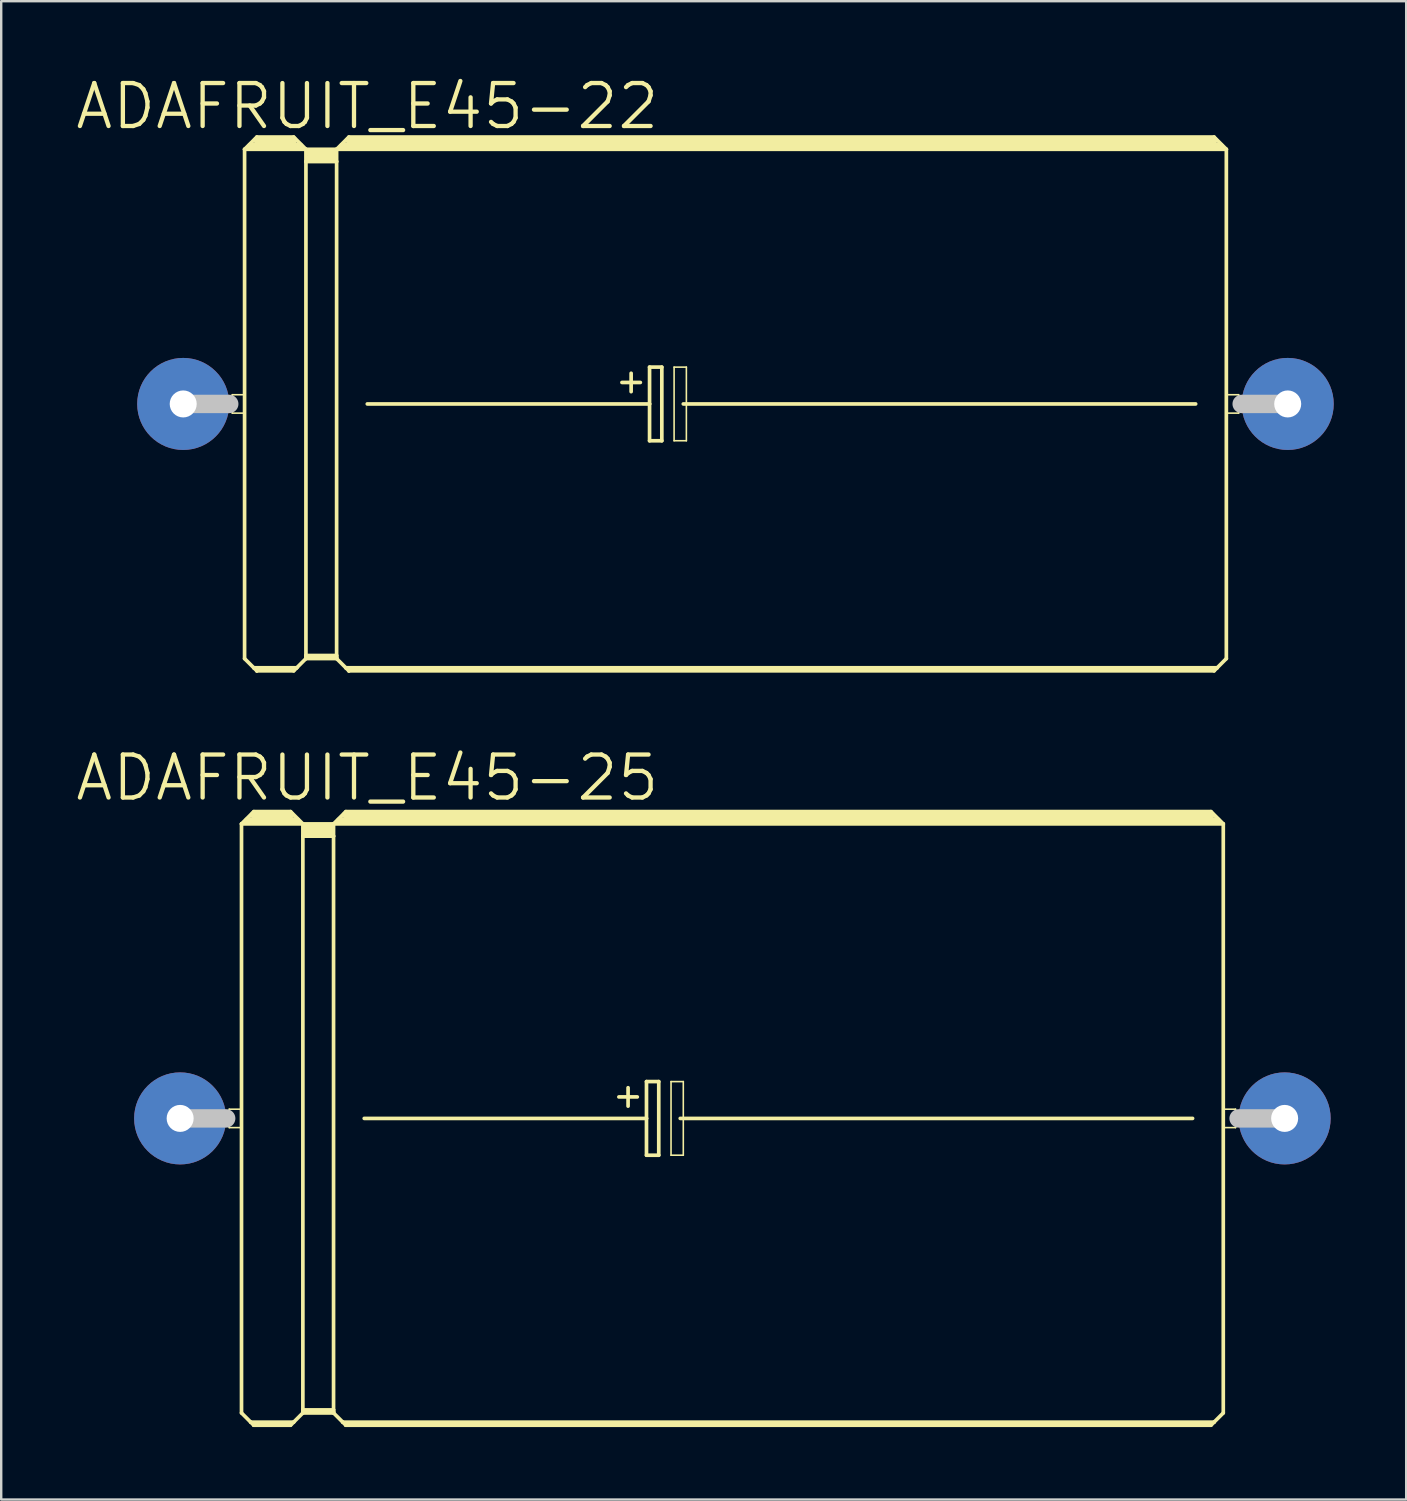
<source format=kicad_pcb>
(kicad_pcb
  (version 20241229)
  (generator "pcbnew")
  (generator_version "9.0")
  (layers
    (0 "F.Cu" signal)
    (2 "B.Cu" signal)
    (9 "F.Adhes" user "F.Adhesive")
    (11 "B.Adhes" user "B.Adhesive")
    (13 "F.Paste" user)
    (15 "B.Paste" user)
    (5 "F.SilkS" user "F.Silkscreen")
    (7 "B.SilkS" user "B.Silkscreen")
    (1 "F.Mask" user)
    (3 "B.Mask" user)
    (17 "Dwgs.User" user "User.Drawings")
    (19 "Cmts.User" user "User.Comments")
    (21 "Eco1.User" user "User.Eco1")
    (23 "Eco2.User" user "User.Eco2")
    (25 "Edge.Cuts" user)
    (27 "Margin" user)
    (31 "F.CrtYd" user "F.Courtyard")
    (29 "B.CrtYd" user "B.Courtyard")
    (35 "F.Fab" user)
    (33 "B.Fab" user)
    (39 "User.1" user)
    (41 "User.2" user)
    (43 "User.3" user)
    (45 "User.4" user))
  (footprint "ADAFRUIT_E45-22"
    (layer "F.Cu")
    (at 27.394 13.671)
    (property "Reference" "ADAFRUIT_E45-22" (at -15.24 -12.319 0) (layer "F.SilkS") (effects (font (size 1.778 1.778) (thickness 0.178))))
    (attr exclude_from_pos_files exclude_from_bom)
    (fp_line (start -20.828 -0.381) (end -20.32 -0.381) (stroke (width 0.066) (type solid)) (layer "F.SilkS"))
    (fp_line (start -20.828 0.381) (end -20.828 -0.381) (stroke (width 0.066) (type solid)) (layer "F.SilkS"))
    (fp_line (start -20.828 0.381) (end -20.32 0.381) (stroke (width 0.066) (type solid)) (layer "F.SilkS"))
    (fp_line (start -20.32 -10.541) (end -20.32 10.541) (stroke (width 0.152) (type solid)) (layer "F.SilkS"))
    (fp_line (start -20.32 -10.541) (end -19.812 -11.049) (stroke (width 0.152) (type solid)) (layer "F.SilkS"))
    (fp_line (start -20.32 -10.541) (end -17.78 -10.541) (stroke (width 0.152) (type solid)) (layer "F.SilkS"))
    (fp_line (start -20.32 0.381) (end -20.32 -0.381) (stroke (width 0.066) (type solid)) (layer "F.SilkS"))
    (fp_line (start -20.32 10.541) (end -19.939 10.922) (stroke (width 0.152) (type solid)) (layer "F.SilkS"))
    (fp_line (start -20.066 -10.668) (end -18.034 -10.668) (stroke (width 0.305) (type solid)) (layer "F.SilkS"))
    (fp_line (start -19.939 10.922) (end -19.812 11.049) (stroke (width 0.152) (type solid)) (layer "F.SilkS"))
    (fp_line (start -19.939 10.922) (end -18.161 10.922) (stroke (width 0.152) (type solid)) (layer "F.SilkS"))
    (fp_line (start -19.812 -11.049) (end -18.288 -11.049) (stroke (width 0.152) (type solid)) (layer "F.SilkS"))
    (fp_line (start -19.812 -10.922) (end -18.288 -10.922) (stroke (width 0.305) (type solid)) (layer "F.SilkS"))
    (fp_line (start -19.812 10.998) (end -18.288 10.998) (stroke (width 0.152) (type solid)) (layer "F.SilkS"))
    (fp_line (start -19.812 11.049) (end -19.812 10.998) (stroke (width 0.152) (type solid)) (layer "F.SilkS"))
    (fp_line (start -19.812 11.049) (end -18.288 11.049) (stroke (width 0.152) (type solid)) (layer "F.SilkS"))
    (fp_line (start -18.288 -11.049) (end -17.78 -10.541) (stroke (width 0.152) (type solid)) (layer "F.SilkS"))
    (fp_line (start -18.288 11.049) (end -18.161 10.922) (stroke (width 0.152) (type solid)) (layer "F.SilkS"))
    (fp_line (start -18.161 10.922) (end -17.78 10.541) (stroke (width 0.152) (type solid)) (layer "F.SilkS"))
    (fp_line (start -17.78 -10.541) (end -16.51 -10.541) (stroke (width 0.152) (type solid)) (layer "F.SilkS"))
    (fp_line (start -17.78 -10.033) (end -17.78 -10.541) (stroke (width 0.152) (type solid)) (layer "F.SilkS"))
    (fp_line (start -17.78 -10.033) (end -16.51 -10.033) (stroke (width 0.152) (type solid)) (layer "F.SilkS"))
    (fp_line (start -17.78 10.414) (end -17.78 -10.033) (stroke (width 0.152) (type solid)) (layer "F.SilkS"))
    (fp_line (start -17.78 10.414) (end -16.51 10.414) (stroke (width 0.152) (type solid)) (layer "F.SilkS"))
    (fp_line (start -17.78 10.49) (end -17.78 10.414) (stroke (width 0.152) (type solid)) (layer "F.SilkS"))
    (fp_line (start -17.78 10.49) (end -16.51 10.49) (stroke (width 0.152) (type solid)) (layer "F.SilkS"))
    (fp_line (start -17.78 10.541) (end -17.78 10.49) (stroke (width 0.152) (type solid)) (layer "F.SilkS"))
    (fp_line (start -17.78 10.541) (end -16.51 10.541) (stroke (width 0.152) (type solid)) (layer "F.SilkS"))
    (fp_line (start -17.65 -10.414) (end -16.637 -10.414) (stroke (width 0.305) (type solid)) (layer "F.SilkS"))
    (fp_line (start -17.65 -10.16) (end -16.637 -10.16) (stroke (width 0.305) (type solid)) (layer "F.SilkS"))
    (fp_line (start -16.51 -10.541) (end -16.002 -11.049) (stroke (width 0.152) (type solid)) (layer "F.SilkS"))
    (fp_line (start -16.51 -10.541) (end 20.32 -10.541) (stroke (width 0.152) (type solid)) (layer "F.SilkS"))
    (fp_line (start -16.51 -10.033) (end -16.51 -10.541) (stroke (width 0.152) (type solid)) (layer "F.SilkS"))
    (fp_line (start -16.51 10.414) (end -16.51 -10.033) (stroke (width 0.152) (type solid)) (layer "F.SilkS"))
    (fp_line (start -16.51 10.49) (end -16.51 10.414) (stroke (width 0.152) (type solid)) (layer "F.SilkS"))
    (fp_line (start -16.51 10.541) (end -16.51 10.49) (stroke (width 0.152) (type solid)) (layer "F.SilkS"))
    (fp_line (start -16.51 10.541) (end -16.129 10.922) (stroke (width 0.152) (type solid)) (layer "F.SilkS"))
    (fp_line (start -16.256 -10.668) (end 20.066 -10.668) (stroke (width 0.305) (type solid)) (layer "F.SilkS"))
    (fp_line (start -16.129 10.922) (end -16.002 11.049) (stroke (width 0.152) (type solid)) (layer "F.SilkS"))
    (fp_line (start -16.129 10.922) (end 19.939 10.922) (stroke (width 0.152) (type solid)) (layer "F.SilkS"))
    (fp_line (start -16.002 -11.049) (end 19.812 -11.049) (stroke (width 0.152) (type solid)) (layer "F.SilkS"))
    (fp_line (start -16.002 -10.922) (end 19.812 -10.922) (stroke (width 0.305) (type solid)) (layer "F.SilkS"))
    (fp_line (start -16.002 10.998) (end 19.812 10.998) (stroke (width 0.152) (type solid)) (layer "F.SilkS"))
    (fp_line (start -16.002 11.049) (end -16.002 10.998) (stroke (width 0.152) (type solid)) (layer "F.SilkS"))
    (fp_line (start -16.002 11.049) (end 19.812 11.049) (stroke (width 0.152) (type solid)) (layer "F.SilkS"))
    (fp_line (start -15.24 0) (end -3.556 0) (stroke (width 0.152) (type solid)) (layer "F.SilkS"))
    (fp_line (start -4.699 -0.889) (end -3.937 -0.889) (stroke (width 0.152) (type solid)) (layer "F.SilkS"))
    (fp_line (start -4.318 -1.27) (end -4.318 -0.508) (stroke (width 0.152) (type solid)) (layer "F.SilkS"))
    (fp_line (start -3.556 -1.524) (end -3.556 0) (stroke (width 0.152) (type solid)) (layer "F.SilkS"))
    (fp_line (start -3.556 0) (end -3.556 1.524) (stroke (width 0.152) (type solid)) (layer "F.SilkS"))
    (fp_line (start -3.556 1.524) (end -3.048 1.524) (stroke (width 0.152) (type solid)) (layer "F.SilkS"))
    (fp_line (start -3.048 -1.524) (end -3.556 -1.524) (stroke (width 0.152) (type solid)) (layer "F.SilkS"))
    (fp_line (start -3.048 1.524) (end -3.048 -1.524) (stroke (width 0.152) (type solid)) (layer "F.SilkS"))
    (fp_line (start -2.54 -1.524) (end -2.032 -1.524) (stroke (width 0.066) (type solid)) (layer "F.SilkS"))
    (fp_line (start -2.54 1.524) (end -2.54 -1.524) (stroke (width 0.066) (type solid)) (layer "F.SilkS"))
    (fp_line (start -2.54 1.524) (end -2.032 1.524) (stroke (width 0.066) (type solid)) (layer "F.SilkS"))
    (fp_line (start -2.159 0) (end 19.05 0) (stroke (width 0.152) (type solid)) (layer "F.SilkS"))
    (fp_line (start -2.032 1.524) (end -2.032 -1.524) (stroke (width 0.066) (type solid)) (layer "F.SilkS"))
    (fp_line (start 19.812 -11.049) (end 20.32 -10.541) (stroke (width 0.152) (type solid)) (layer "F.SilkS"))
    (fp_line (start 19.812 11.049) (end 19.939 10.922) (stroke (width 0.152) (type solid)) (layer "F.SilkS"))
    (fp_line (start 19.939 10.922) (end 20.32 10.541) (stroke (width 0.152) (type solid)) (layer "F.SilkS"))
    (fp_line (start 20.32 -10.541) (end 20.32 10.541) (stroke (width 0.152) (type solid)) (layer "F.SilkS"))
    (fp_line (start 20.32 -0.381) (end 20.828 -0.381) (stroke (width 0.066) (type solid)) (layer "F.SilkS"))
    (fp_line (start 20.32 0.381) (end 20.32 -0.381) (stroke (width 0.066) (type solid)) (layer "F.SilkS"))
    (fp_line (start 20.32 0.381) (end 20.828 0.381) (stroke (width 0.066) (type solid)) (layer "F.SilkS"))
    (fp_line (start 20.828 0.381) (end 20.828 -0.381) (stroke (width 0.066) (type solid)) (layer "F.SilkS"))
    (fp_line (start -22.86 0) (end -20.955 0) (stroke (width 0.762) (type solid)) (layer "Dwgs.User"))
    (fp_line (start 22.86 0) (end 20.955 0) (stroke (width 0.762) (type solid)) (layer "Dwgs.User"))
    (pad "+" thru_hole circle (at -22.86 0) (size 3.81 3.81) (drill 1.118) (layers "*.Cu" "*.Paste" "*.Mask"))
    (pad "-" thru_hole circle (at 22.86 0) (size 3.81 3.81) (drill 1.118) (layers "*.Cu" "*.Paste" "*.Mask")))
  (footprint "ADAFRUIT_E45-25"
    (layer "F.Cu")
    (at 27.267 43.246)
    (property "Reference" "ADAFRUIT_E45-25" (at -15.113 -14.097 0) (layer "F.SilkS") (effects (font (size 1.778 1.778) (thickness 0.178))))
    (attr exclude_from_pos_files exclude_from_bom)
    (fp_line (start -20.828 -0.381) (end -20.32 -0.381) (stroke (width 0.066) (type solid)) (layer "F.SilkS"))
    (fp_line (start -20.828 0.381) (end -20.828 -0.381) (stroke (width 0.066) (type solid)) (layer "F.SilkS"))
    (fp_line (start -20.828 0.381) (end -20.32 0.381) (stroke (width 0.066) (type solid)) (layer "F.SilkS"))
    (fp_line (start -20.32 -12.192) (end -20.32 12.192) (stroke (width 0.152) (type solid)) (layer "F.SilkS"))
    (fp_line (start -20.32 -12.192) (end -19.812 -12.7) (stroke (width 0.152) (type solid)) (layer "F.SilkS"))
    (fp_line (start -20.32 -12.192) (end -17.78 -12.192) (stroke (width 0.152) (type solid)) (layer "F.SilkS"))
    (fp_line (start -20.32 0.381) (end -20.32 -0.381) (stroke (width 0.066) (type solid)) (layer "F.SilkS"))
    (fp_line (start -20.32 12.192) (end -19.939 12.573) (stroke (width 0.152) (type solid)) (layer "F.SilkS"))
    (fp_line (start -20.066 -12.319) (end -18.034 -12.319) (stroke (width 0.305) (type solid)) (layer "F.SilkS"))
    (fp_line (start -19.939 12.573) (end -19.812 12.7) (stroke (width 0.152) (type solid)) (layer "F.SilkS"))
    (fp_line (start -19.939 12.573) (end -18.161 12.573) (stroke (width 0.152) (type solid)) (layer "F.SilkS"))
    (fp_line (start -19.812 -12.7) (end -18.288 -12.7) (stroke (width 0.152) (type solid)) (layer "F.SilkS"))
    (fp_line (start -19.812 -12.573) (end -18.288 -12.573) (stroke (width 0.305) (type solid)) (layer "F.SilkS"))
    (fp_line (start -19.812 12.649) (end -18.288 12.649) (stroke (width 0.152) (type solid)) (layer "F.SilkS"))
    (fp_line (start -19.812 12.7) (end -19.812 12.649) (stroke (width 0.152) (type solid)) (layer "F.SilkS"))
    (fp_line (start -19.812 12.7) (end -18.288 12.7) (stroke (width 0.152) (type solid)) (layer "F.SilkS"))
    (fp_line (start -18.288 -12.7) (end -17.78 -12.192) (stroke (width 0.152) (type solid)) (layer "F.SilkS"))
    (fp_line (start -18.288 12.7) (end -18.161 12.573) (stroke (width 0.152) (type solid)) (layer "F.SilkS"))
    (fp_line (start -18.161 12.573) (end -17.78 12.192) (stroke (width 0.152) (type solid)) (layer "F.SilkS"))
    (fp_line (start -17.78 -12.192) (end -16.51 -12.192) (stroke (width 0.152) (type solid)) (layer "F.SilkS"))
    (fp_line (start -17.78 -11.684) (end -17.78 -12.192) (stroke (width 0.152) (type solid)) (layer "F.SilkS"))
    (fp_line (start -17.78 -11.684) (end -16.51 -11.684) (stroke (width 0.152) (type solid)) (layer "F.SilkS"))
    (fp_line (start -17.78 12.065) (end -17.78 -11.684) (stroke (width 0.152) (type solid)) (layer "F.SilkS"))
    (fp_line (start -17.78 12.065) (end -16.51 12.065) (stroke (width 0.152) (type solid)) (layer "F.SilkS"))
    (fp_line (start -17.78 12.141) (end -17.78 12.065) (stroke (width 0.152) (type solid)) (layer "F.SilkS"))
    (fp_line (start -17.78 12.141) (end -16.51 12.141) (stroke (width 0.152) (type solid)) (layer "F.SilkS"))
    (fp_line (start -17.78 12.192) (end -17.78 12.141) (stroke (width 0.152) (type solid)) (layer "F.SilkS"))
    (fp_line (start -17.78 12.192) (end -16.51 12.192) (stroke (width 0.152) (type solid)) (layer "F.SilkS"))
    (fp_line (start -17.65 -12.065) (end -16.637 -12.065) (stroke (width 0.305) (type solid)) (layer "F.SilkS"))
    (fp_line (start -17.65 -11.811) (end -16.637 -11.811) (stroke (width 0.305) (type solid)) (layer "F.SilkS"))
    (fp_line (start -16.51 -12.192) (end -16.002 -12.7) (stroke (width 0.152) (type solid)) (layer "F.SilkS"))
    (fp_line (start -16.51 -12.192) (end 20.32 -12.192) (stroke (width 0.152) (type solid)) (layer "F.SilkS"))
    (fp_line (start -16.51 -11.684) (end -16.51 -12.192) (stroke (width 0.152) (type solid)) (layer "F.SilkS"))
    (fp_line (start -16.51 12.065) (end -16.51 -11.684) (stroke (width 0.152) (type solid)) (layer "F.SilkS"))
    (fp_line (start -16.51 12.141) (end -16.51 12.065) (stroke (width 0.152) (type solid)) (layer "F.SilkS"))
    (fp_line (start -16.51 12.192) (end -16.51 12.141) (stroke (width 0.152) (type solid)) (layer "F.SilkS"))
    (fp_line (start -16.51 12.192) (end -16.129 12.573) (stroke (width 0.152) (type solid)) (layer "F.SilkS"))
    (fp_line (start -16.256 -12.319) (end 20.066 -12.319) (stroke (width 0.305) (type solid)) (layer "F.SilkS"))
    (fp_line (start -16.129 12.573) (end -16.002 12.7) (stroke (width 0.152) (type solid)) (layer "F.SilkS"))
    (fp_line (start -16.129 12.573) (end 19.939 12.573) (stroke (width 0.152) (type solid)) (layer "F.SilkS"))
    (fp_line (start -16.002 -12.7) (end 19.812 -12.7) (stroke (width 0.152) (type solid)) (layer "F.SilkS"))
    (fp_line (start -16.002 -12.573) (end 19.812 -12.573) (stroke (width 0.305) (type solid)) (layer "F.SilkS"))
    (fp_line (start -16.002 12.649) (end 19.812 12.649) (stroke (width 0.152) (type solid)) (layer "F.SilkS"))
    (fp_line (start -16.002 12.7) (end -16.002 12.649) (stroke (width 0.152) (type solid)) (layer "F.SilkS"))
    (fp_line (start -16.002 12.7) (end 19.812 12.7) (stroke (width 0.152) (type solid)) (layer "F.SilkS"))
    (fp_line (start -15.24 0) (end -3.556 0) (stroke (width 0.152) (type solid)) (layer "F.SilkS"))
    (fp_line (start -4.699 -0.889) (end -3.937 -0.889) (stroke (width 0.152) (type solid)) (layer "F.SilkS"))
    (fp_line (start -4.318 -1.27) (end -4.318 -0.508) (stroke (width 0.152) (type solid)) (layer "F.SilkS"))
    (fp_line (start -3.556 -1.524) (end -3.556 0) (stroke (width 0.152) (type solid)) (layer "F.SilkS"))
    (fp_line (start -3.556 0) (end -3.556 1.524) (stroke (width 0.152) (type solid)) (layer "F.SilkS"))
    (fp_line (start -3.556 1.524) (end -3.048 1.524) (stroke (width 0.152) (type solid)) (layer "F.SilkS"))
    (fp_line (start -3.048 -1.524) (end -3.556 -1.524) (stroke (width 0.152) (type solid)) (layer "F.SilkS"))
    (fp_line (start -3.048 1.524) (end -3.048 -1.524) (stroke (width 0.152) (type solid)) (layer "F.SilkS"))
    (fp_line (start -2.54 -1.524) (end -2.032 -1.524) (stroke (width 0.066) (type solid)) (layer "F.SilkS"))
    (fp_line (start -2.54 1.524) (end -2.54 -1.524) (stroke (width 0.066) (type solid)) (layer "F.SilkS"))
    (fp_line (start -2.54 1.524) (end -2.032 1.524) (stroke (width 0.066) (type solid)) (layer "F.SilkS"))
    (fp_line (start -2.159 0) (end 19.05 0) (stroke (width 0.152) (type solid)) (layer "F.SilkS"))
    (fp_line (start -2.032 1.524) (end -2.032 -1.524) (stroke (width 0.066) (type solid)) (layer "F.SilkS"))
    (fp_line (start 19.812 -12.7) (end 20.32 -12.192) (stroke (width 0.152) (type solid)) (layer "F.SilkS"))
    (fp_line (start 19.812 12.7) (end 19.939 12.573) (stroke (width 0.152) (type solid)) (layer "F.SilkS"))
    (fp_line (start 19.939 12.573) (end 20.32 12.192) (stroke (width 0.152) (type solid)) (layer "F.SilkS"))
    (fp_line (start 20.32 -12.192) (end 20.32 12.192) (stroke (width 0.152) (type solid)) (layer "F.SilkS"))
    (fp_line (start 20.32 -0.381) (end 20.828 -0.381) (stroke (width 0.066) (type solid)) (layer "F.SilkS"))
    (fp_line (start 20.32 0.381) (end 20.32 -0.381) (stroke (width 0.066) (type solid)) (layer "F.SilkS"))
    (fp_line (start 20.32 0.381) (end 20.828 0.381) (stroke (width 0.066) (type solid)) (layer "F.SilkS"))
    (fp_line (start 20.828 0.381) (end 20.828 -0.381) (stroke (width 0.066) (type solid)) (layer "F.SilkS"))
    (fp_line (start -22.86 0) (end -20.955 0) (stroke (width 0.762) (type solid)) (layer "Dwgs.User"))
    (fp_line (start 22.86 0) (end 20.955 0) (stroke (width 0.762) (type solid)) (layer "Dwgs.User"))
    (pad "+" thru_hole circle (at -22.86 0) (size 3.81 3.81) (drill 1.118) (layers "*.Cu" "*.Paste" "*.Mask"))
    (pad "-" thru_hole circle (at 22.86 0) (size 3.81 3.81) (drill 1.118) (layers "*.Cu" "*.Paste" "*.Mask")))
  (gr_rect
    (start -3 -3)
    (end 55.159 59.022)
    (stroke (width 0.1) (type default))
    (fill no)
    (layer "Edge.Cuts")))
</source>
